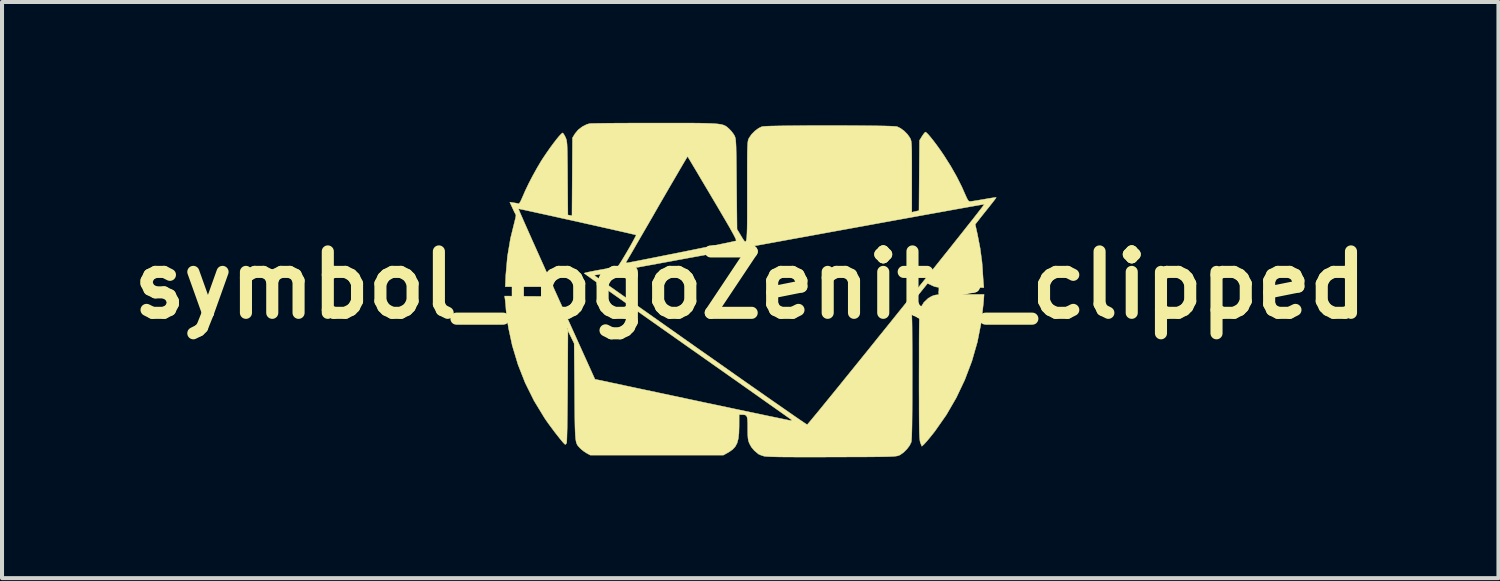
<source format=kicad_pcb>
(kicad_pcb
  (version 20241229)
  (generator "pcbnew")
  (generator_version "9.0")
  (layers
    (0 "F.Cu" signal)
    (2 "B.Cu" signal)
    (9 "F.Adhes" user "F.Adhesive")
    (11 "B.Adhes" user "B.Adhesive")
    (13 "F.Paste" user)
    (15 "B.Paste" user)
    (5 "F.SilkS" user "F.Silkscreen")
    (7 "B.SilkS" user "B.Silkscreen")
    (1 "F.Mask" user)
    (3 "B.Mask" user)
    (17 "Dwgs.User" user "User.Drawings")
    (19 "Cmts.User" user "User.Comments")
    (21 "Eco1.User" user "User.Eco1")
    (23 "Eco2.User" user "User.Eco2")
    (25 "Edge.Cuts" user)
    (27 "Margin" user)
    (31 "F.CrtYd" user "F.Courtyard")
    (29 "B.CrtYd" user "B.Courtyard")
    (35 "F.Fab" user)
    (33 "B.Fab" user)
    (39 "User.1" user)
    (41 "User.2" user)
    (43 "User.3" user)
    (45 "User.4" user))
  (footprint "symbol_logoZenite_clipped"
    (layer "F.Cu")
    (at 15.574 4.026)
    (property "Reference" "symbol_logoZenite_clipped" (at 0 0 0) (layer "F.SilkS") (effects (font (size 1.524 1.524) (thickness 0.3))))
    (attr through_hole)
    (fp_poly (pts (xy 5.79 0.439) (xy 5.734 0.931) (xy 5.638 1.416) (xy 5.502 1.89) (xy 5.327 2.351) (xy 5.116 2.796) (xy 4.869 3.222) (xy 4.587 3.625) (xy 4.512 3.72) (xy 4.447 3.801) (xy 4.385 3.874) (xy 4.336 3.929) (xy 4.312 3.954) (xy 4.26 4.003) (xy 4.225 3.917) (xy 4.219 3.897) (xy 4.213 3.871) (xy 4.209 3.836) (xy 4.204 3.788) (xy 4.201 3.725) (xy 4.198 3.645) (xy 4.196 3.543) (xy 4.194 3.417) (xy 4.193 3.264) (xy 4.192 3.082) (xy 4.192 2.867) (xy 4.191 2.616) (xy 4.191 2.327) (xy 4.191 2.238) (xy 4.192 1.939) (xy 4.192 1.68) (xy 4.192 1.457) (xy 4.193 1.268) (xy 4.194 1.109) (xy 4.196 0.978) (xy 4.198 0.871) (xy 4.2 0.786) (xy 4.203 0.719) (xy 4.207 0.668) (xy 4.211 0.63) (xy 4.217 0.601) (xy 4.223 0.58) (xy 4.23 0.562) (xy 4.231 0.561) (xy 4.312 0.428) (xy 4.42 0.327) (xy 4.497 0.283) (xy 4.53 0.268) (xy 4.561 0.257) (xy 4.597 0.248) (xy 4.643 0.242) (xy 4.704 0.238) (xy 4.786 0.235) (xy 4.894 0.234) (xy 5.033 0.233) (xy 5.204 0.233) (xy 5.805 0.233) (xy 5.79 0.439)) (stroke (width 0.01) (type solid)) (fill yes) (layer "F.SilkS"))
    (fp_poly (pts (xy -1.796 -4.021) (xy -1.566 -4.021) (xy -1.368 -4.02) (xy -1.202 -4.018) (xy -1.062 -4.014) (xy -0.947 -4.01) (xy -0.854 -4.004) (xy -0.779 -3.996) (xy -0.719 -3.986) (xy -0.672 -3.974) (xy -0.634 -3.959) (xy -0.603 -3.942) (xy -0.575 -3.922) (xy -0.548 -3.898) (xy -0.526 -3.879) (xy -0.466 -3.816) (xy -0.413 -3.745) (xy -0.395 -3.716) (xy -0.385 -3.696) (xy -0.377 -3.675) (xy -0.369 -3.649) (xy -0.364 -3.615) (xy -0.359 -3.569) (xy -0.355 -3.507) (xy -0.351 -3.426) (xy -0.349 -3.322) (xy -0.346 -3.192) (xy -0.344 -3.031) (xy -0.342 -2.837) (xy -0.34 -2.605) (xy -0.339 -2.508) (xy -0.328 -1.386) (xy -0.236 -1.233) (xy -0.203 -1.178) (xy -0.175 -1.133) (xy -0.152 -1.1) (xy -0.132 -1.081) (xy -0.116 -1.078) (xy -0.103 -1.095) (xy -0.093 -1.133) (xy -0.086 -1.195) (xy -0.081 -1.284) (xy -0.077 -1.403) (xy -0.075 -1.552) (xy -0.074 -1.736) (xy -0.074 -1.956) (xy -0.074 -2.215) (xy -0.074 -2.323) (xy -0.074 -2.583) (xy -0.074 -2.805) (xy -0.074 -2.991) (xy -0.073 -3.145) (xy -0.072 -3.27) (xy -0.07 -3.37) (xy -0.067 -3.448) (xy -0.064 -3.508) (xy -0.059 -3.552) (xy -0.054 -3.585) (xy -0.047 -3.61) (xy -0.039 -3.63) (xy -0.03 -3.649) (xy -0.027 -3.654) (xy 0.033 -3.741) (xy 0.115 -3.824) (xy 0.206 -3.892) (xy 0.291 -3.933) (xy 0.292 -3.933) (xy 0.33 -3.938) (xy 0.406 -3.943) (xy 0.516 -3.947) (xy 0.656 -3.95) (xy 0.822 -3.953) (xy 1.01 -3.955) (xy 1.215 -3.957) (xy 1.434 -3.959) (xy 1.663 -3.959) (xy 1.896 -3.96) (xy 2.132 -3.96) (xy 2.364 -3.959) (xy 2.589 -3.958) (xy 2.803 -3.956) (xy 3.002 -3.954) (xy 3.182 -3.952) (xy 3.339 -3.949) (xy 3.468 -3.945) (xy 3.565 -3.941) (xy 3.626 -3.936) (xy 3.645 -3.933) (xy 3.73 -3.892) (xy 3.821 -3.825) (xy 3.903 -3.742) (xy 3.964 -3.655) (xy 3.964 -3.654) (xy 3.976 -3.632) (xy 3.985 -3.609) (xy 3.993 -3.581) (xy 3.999 -3.544) (xy 4.003 -3.494) (xy 4.006 -3.427) (xy 4.009 -3.338) (xy 4.01 -3.224) (xy 4.011 -3.08) (xy 4.011 -2.902) (xy 4.011 -2.687) (xy 4.011 -1.807) (xy 4.1 -1.828) (xy 4.189 -1.848) (xy 4.195 -2.72) (xy 4.202 -3.591) (xy 4.265 -3.693) (xy 4.303 -3.749) (xy 4.335 -3.787) (xy 4.349 -3.798) (xy 4.375 -3.782) (xy 4.421 -3.736) (xy 4.482 -3.664) (xy 4.556 -3.571) (xy 4.638 -3.462) (xy 4.724 -3.342) (xy 4.811 -3.214) (xy 4.816 -3.206) (xy 4.976 -2.953) (xy 5.123 -2.695) (xy 5.25 -2.443) (xy 5.336 -2.249) (xy 5.375 -2.162) (xy 5.404 -2.108) (xy 5.429 -2.081) (xy 5.451 -2.075) (xy 5.487 -2.078) (xy 5.556 -2.088) (xy 5.648 -2.103) (xy 5.756 -2.121) (xy 5.798 -2.128) (xy 5.905 -2.147) (xy 5.997 -2.162) (xy 6.065 -2.172) (xy 6.102 -2.176) (xy 6.107 -2.176) (xy 6.097 -2.158) (xy 6.065 -2.114) (xy 6.015 -2.049) (xy 5.952 -1.97) (xy 5.935 -1.947) (xy 5.859 -1.853) (xy 5.784 -1.759) (xy 5.719 -1.677) (xy 5.672 -1.617) (xy 5.671 -1.615) (xy 5.585 -1.506) (xy 5.639 -1.266) (xy 5.708 -0.909) (xy 5.753 -0.572) (xy 5.768 -0.377) (xy 5.774 -0.271) (xy 5.781 -0.166) (xy 5.787 -0.08) (xy 5.79 -0.048) (xy 5.8 0.064) (xy 5.212 0.063) (xy 5.039 0.063) (xy 4.903 0.063) (xy 4.798 0.061) (xy 4.718 0.058) (xy 4.659 0.054) (xy 4.614 0.047) (xy 4.579 0.038) (xy 4.547 0.026) (xy 4.514 0.011) (xy 4.402 -0.041) (xy 3.961 0.509) (xy 3.991 0.582) (xy 3.997 0.602) (xy 4.002 0.632) (xy 4.007 0.676) (xy 4.01 0.737) (xy 4.013 0.817) (xy 4.016 0.919) (xy 4.018 1.047) (xy 4.019 1.201) (xy 4.02 1.387) (xy 4.021 1.605) (xy 4.021 1.86) (xy 4.022 2.154) (xy 4.022 2.235) (xy 4.021 2.56) (xy 4.021 2.844) (xy 4.02 3.089) (xy 4.018 3.298) (xy 4.016 3.473) (xy 4.013 3.615) (xy 4.01 3.727) (xy 4.006 3.81) (xy 4.002 3.866) (xy 3.997 3.898) (xy 3.997 3.9) (xy 3.956 3.984) (xy 3.889 4.073) (xy 3.808 4.154) (xy 3.723 4.214) (xy 3.699 4.226) (xy 3.68 4.233) (xy 3.658 4.24) (xy 3.63 4.245) (xy 3.592 4.25) (xy 3.542 4.254) (xy 3.477 4.257) (xy 3.394 4.26) (xy 3.289 4.262) (xy 3.16 4.264) (xy 3.004 4.265) (xy 2.818 4.267) (xy 2.599 4.267) (xy 2.344 4.268) (xy 2.049 4.269) (xy 2.021 4.269) (xy 1.707 4.27) (xy 1.432 4.27) (xy 1.194 4.27) (xy 0.991 4.269) (xy 0.82 4.268) (xy 0.68 4.266) (xy 0.566 4.263) (xy 0.477 4.26) (xy 0.411 4.256) (xy 0.365 4.252) (xy 0.335 4.247) (xy 0.335 4.246) (xy 0.267 4.224) (xy 0.212 4.2) (xy 0.197 4.19) (xy 0.1 4.108) (xy 0.031 4.026) (xy -0.013 3.948) (xy -0.034 3.9) (xy -0.048 3.854) (xy -0.056 3.8) (xy -0.061 3.727) (xy -0.063 3.628) (xy -0.063 3.551) (xy -0.064 3.426) (xy -0.069 3.336) (xy -0.079 3.277) (xy -0.098 3.242) (xy -0.129 3.224) (xy -0.174 3.218) (xy -0.21 3.217) (xy -0.275 3.217) (xy -0.276 3.508) (xy -0.281 3.68) (xy -0.297 3.816) (xy -0.326 3.924) (xy -0.372 4.01) (xy -0.436 4.08) (xy -0.523 4.142) (xy -0.556 4.161) (xy -0.667 4.223) (xy -3.969 4.223) (xy -4.059 4.174) (xy -4.131 4.128) (xy -4.199 4.073) (xy -4.215 4.058) (xy -4.243 4.029) (xy -4.266 4.004) (xy -4.287 3.978) (xy -4.303 3.948) (xy -4.317 3.912) (xy -4.327 3.864) (xy -4.336 3.803) (xy -4.342 3.723) (xy -4.347 3.623) (xy -4.351 3.498) (xy -4.354 3.345) (xy -4.356 3.16) (xy -4.358 2.94) (xy -4.36 2.682) (xy -4.36 2.656) (xy -4.371 1.45) (xy -4.526 1.132) (xy -4.533 2.508) (xy -4.535 2.747) (xy -4.537 2.973) (xy -4.539 3.184) (xy -4.542 3.375) (xy -4.544 3.544) (xy -4.548 3.686) (xy -4.551 3.798) (xy -4.554 3.876) (xy -4.557 3.916) (xy -4.558 3.921) (xy -4.58 3.952) (xy -4.592 3.958) (xy -4.613 3.942) (xy -4.655 3.897) (xy -4.713 3.828) (xy -4.781 3.742) (xy -4.857 3.645) (xy -4.935 3.54) (xy -5.012 3.436) (xy -5.082 3.336) (xy -5.111 3.292) (xy -5.367 2.871) (xy -5.586 2.43) (xy -5.766 1.972) (xy -5.908 1.501) (xy -5.996 1.09) (xy -4.551 1.09) (xy -4.54 1.101) (xy -4.53 1.09) (xy -4.54 1.079) (xy -4.551 1.09) (xy -5.996 1.09) (xy -6 1.07) (xy -6.021 0.943) (xy -6.039 0.813) (xy -6.054 0.693) (xy -6.064 0.599) (xy -6.064 0.593) (xy -6.071 0.5) (xy -6.079 0.415) (xy -6.086 0.353) (xy -6.088 0.343) (xy -6.098 0.273) (xy -5.504 0.28) (xy -5.351 0.281) (xy -5.212 0.282) (xy -5.093 0.283) (xy -5 0.283) (xy -4.937 0.282) (xy -4.911 0.281) (xy -4.911 0.281) (xy -4.918 0.261) (xy -4.939 0.213) (xy -4.962 0.159) (xy -5.014 0.042) (xy -6.081 0.042) (xy -6.068 -0.249) (xy -6.028 -0.705) (xy -5.951 -1.161) (xy -5.845 -1.591) (xy -5.827 -1.663) (xy -5.817 -1.72) (xy -5.82 -1.749) (xy -5.82 -1.749) (xy -5.836 -1.776) (xy -5.864 -1.831) (xy -5.893 -1.894) (xy -5.754 -1.894) (xy -5.747 -1.874) (xy -5.723 -1.818) (xy -5.684 -1.728) (xy -5.631 -1.607) (xy -5.565 -1.457) (xy -5.487 -1.282) (xy -5.398 -1.082) (xy -5.299 -0.862) (xy -5.192 -0.623) (xy -5.077 -0.367) (xy -4.956 -0.098) (xy -4.829 0.183) (xy -4.809 0.227) (xy -3.855 2.338) (xy -1.446 2.85) (xy -1.133 2.917) (xy -0.831 2.98) (xy -0.543 3.041) (xy -0.271 3.099) (xy -0.018 3.152) (xy 0.213 3.2) (xy 0.419 3.244) (xy 0.599 3.281) (xy 0.749 3.312) (xy 0.867 3.337) (xy 0.95 3.354) (xy 0.996 3.362) (xy 1.004 3.364) (xy 1.03 3.358) (xy 1.026 3.346) (xy 1.006 3.332) (xy 0.954 3.295) (xy 0.871 3.236) (xy 0.76 3.157) (xy 0.621 3.059) (xy 0.457 2.944) (xy 0.271 2.812) (xy 0.063 2.665) (xy -0.164 2.505) (xy -0.408 2.333) (xy -0.668 2.15) (xy -0.941 1.958) (xy -1.226 1.757) (xy -1.52 1.55) (xy -1.556 1.525) (xy -1.851 1.317) (xy -2.136 1.116) (xy -2.41 0.923) (xy -2.671 0.739) (xy -2.916 0.566) (xy -3.144 0.404) (xy -3.354 0.256) (xy -3.542 0.123) (xy -3.707 0.006) (xy -3.847 -0.094) (xy -3.961 -0.175) (xy -4.046 -0.236) (xy -4.053 -0.242) (xy -3.876 -0.242) (xy -1.245 1.614) (xy -0.945 1.824) (xy -0.655 2.028) (xy -0.377 2.224) (xy -0.111 2.411) (xy 0.14 2.586) (xy 0.374 2.75) (xy 0.589 2.9) (xy 0.784 3.035) (xy 0.956 3.155) (xy 1.103 3.257) (xy 1.224 3.34) (xy 1.317 3.403) (xy 1.38 3.445) (xy 1.411 3.464) (xy 1.414 3.465) (xy 1.43 3.448) (xy 1.471 3.4) (xy 1.535 3.323) (xy 1.623 3.217) (xy 1.731 3.086) (xy 1.858 2.93) (xy 2.004 2.751) (xy 2.166 2.552) (xy 2.343 2.333) (xy 2.535 2.096) (xy 2.739 1.844) (xy 2.954 1.578) (xy 3.178 1.299) (xy 3.412 1.01) (xy 3.637 0.73) (xy 3.876 0.433) (xy 4.107 0.144) (xy 4.33 -0.133) (xy 4.542 -0.398) (xy 4.743 -0.65) (xy 4.931 -0.885) (xy 5.104 -1.103) (xy 5.262 -1.301) (xy 5.402 -1.479) (xy 5.525 -1.633) (xy 5.627 -1.764) (xy 5.708 -1.868) (xy 5.767 -1.944) (xy 5.801 -1.991) (xy 5.811 -2.006) (xy 5.788 -2.003) (xy 5.726 -1.992) (xy 5.624 -1.974) (xy 5.486 -1.95) (xy 5.312 -1.919) (xy 5.105 -1.882) (xy 4.864 -1.838) (xy 4.593 -1.789) (xy 4.292 -1.735) (xy 3.964 -1.675) (xy 3.609 -1.611) (xy 3.23 -1.542) (xy 2.827 -1.468) (xy 2.402 -1.391) (xy 1.957 -1.31) (xy 1.494 -1.225) (xy 1.013 -1.138) (xy 0.517 -1.047) (xy 0.007 -0.954) (xy -0.516 -0.858) (xy -1.05 -0.76) (xy -1.594 -0.661) (xy -2.145 -0.559) (xy -2.703 -0.457) (xy -3.266 -0.354) (xy -3.446 -0.321) (xy -3.876 -0.242) (xy -4.053 -0.242) (xy -4.1 -0.276) (xy -4.122 -0.292) (xy -4.122 -0.293) (xy -4.104 -0.301) (xy -4.051 -0.314) (xy -3.968 -0.332) (xy -3.861 -0.353) (xy -3.739 -0.376) (xy -3.72 -0.379) (xy -3.593 -0.402) (xy -3.479 -0.423) (xy -3.385 -0.442) (xy -3.319 -0.456) (xy -3.287 -0.464) (xy -3.286 -0.465) (xy -3.268 -0.486) (xy -3.234 -0.536) (xy -3.217 -0.563) (xy -3.084 -0.563) (xy -3.077 -0.551) (xy -3.062 -0.55) (xy -3.036 -0.554) (xy -2.973 -0.566) (xy -2.874 -0.585) (xy -2.745 -0.61) (xy -2.589 -0.641) (xy -2.41 -0.676) (xy -2.211 -0.716) (xy -1.995 -0.759) (xy -1.767 -0.804) (xy -1.711 -0.816) (xy -1.48 -0.862) (xy -1.26 -0.907) (xy -1.056 -0.948) (xy -0.871 -0.986) (xy -0.709 -1.02) (xy -0.573 -1.048) (xy -0.467 -1.071) (xy -0.394 -1.087) (xy -0.358 -1.095) (xy -0.355 -1.096) (xy -0.35 -1.104) (xy -0.353 -1.122) (xy -0.364 -1.154) (xy -0.387 -1.201) (xy -0.421 -1.266) (xy -0.469 -1.353) (xy -0.531 -1.463) (xy -0.61 -1.599) (xy -0.707 -1.764) (xy -0.822 -1.96) (xy -0.934 -2.148) (xy -1.047 -2.339) (xy -1.154 -2.519) (xy -1.252 -2.684) (xy -1.339 -2.832) (xy -1.415 -2.958) (xy -1.476 -3.061) (xy -1.521 -3.136) (xy -1.548 -3.18) (xy -1.555 -3.191) (xy -1.566 -3.175) (xy -1.597 -3.124) (xy -1.645 -3.043) (xy -1.71 -2.933) (xy -1.788 -2.799) (xy -1.879 -2.643) (xy -1.982 -2.467) (xy -2.093 -2.276) (xy -2.212 -2.071) (xy -2.298 -1.922) (xy -2.421 -1.707) (xy -2.539 -1.503) (xy -2.65 -1.312) (xy -2.752 -1.137) (xy -2.842 -0.981) (xy -2.919 -0.847) (xy -2.982 -0.739) (xy -3.029 -0.659) (xy -3.057 -0.611) (xy -3.065 -0.598) (xy -3.084 -0.563) (xy -3.217 -0.563) (xy -3.188 -0.609) (xy -3.134 -0.699) (xy -3.075 -0.798) (xy -3.015 -0.901) (xy -2.958 -1.001) (xy -2.908 -1.091) (xy -2.868 -1.166) (xy -2.841 -1.219) (xy -2.833 -1.242) (xy -2.834 -1.243) (xy -2.862 -1.251) (xy -2.928 -1.266) (xy -3.026 -1.289) (xy -3.152 -1.318) (xy -3.303 -1.352) (xy -3.473 -1.391) (xy -3.661 -1.433) (xy -3.86 -1.478) (xy -4.068 -1.524) (xy -4.28 -1.572) (xy -4.493 -1.619) (xy -4.702 -1.665) (xy -4.902 -1.71) (xy -5.091 -1.751) (xy -5.265 -1.789) (xy -5.418 -1.823) (xy -5.547 -1.851) (xy -5.649 -1.873) (xy -5.718 -1.887) (xy -5.752 -1.894) (xy -5.754 -1.894) (xy -5.893 -1.894) (xy -5.897 -1.902) (xy -5.902 -1.913) (xy -5.969 -2.058) (xy -5.871 -2.043) (xy -5.807 -2.033) (xy -5.76 -2.022) (xy -5.748 -2.019) (xy -5.729 -2.033) (xy -5.7 -2.081) (xy -5.665 -2.158) (xy -5.653 -2.185) (xy -5.584 -2.344) (xy -5.497 -2.525) (xy -5.398 -2.715) (xy -5.294 -2.902) (xy -5.193 -3.074) (xy -5.136 -3.162) (xy -5.049 -3.29) (xy -4.963 -3.413) (xy -4.88 -3.525) (xy -4.805 -3.622) (xy -4.741 -3.699) (xy -4.691 -3.752) (xy -4.66 -3.776) (xy -4.653 -3.776) (xy -4.632 -3.75) (xy -4.602 -3.699) (xy -4.585 -3.664) (xy -4.575 -3.639) (xy -4.565 -3.613) (xy -4.558 -3.581) (xy -4.552 -3.54) (xy -4.547 -3.486) (xy -4.544 -3.413) (xy -4.541 -3.319) (xy -4.539 -3.198) (xy -4.537 -3.048) (xy -4.535 -2.863) (xy -4.534 -2.653) (xy -4.527 -1.74) (xy -4.425 -1.721) (xy -4.419 -2.688) (xy -4.413 -3.655) (xy -4.349 -3.759) (xy -4.272 -3.852) (xy -4.17 -3.931) (xy -4.058 -3.988) (xy -3.985 -4.008) (xy -3.951 -4.01) (xy -3.878 -4.012) (xy -3.77 -4.014) (xy -3.631 -4.016) (xy -3.463 -4.018) (xy -3.271 -4.019) (xy -3.058 -4.02) (xy -2.827 -4.021) (xy -2.583 -4.021) (xy -2.369 -4.021) (xy -2.063 -4.021) (xy -1.796 -4.021)) (stroke (width 0.01) (type solid)) (fill yes) (layer "F.SilkS")))
  (gr_rect
    (start -3 -3)
    (end 34.148 11.302)
    (stroke (width 0.1) (type default))
    (fill no)
    (layer "Edge.Cuts")))
</source>
